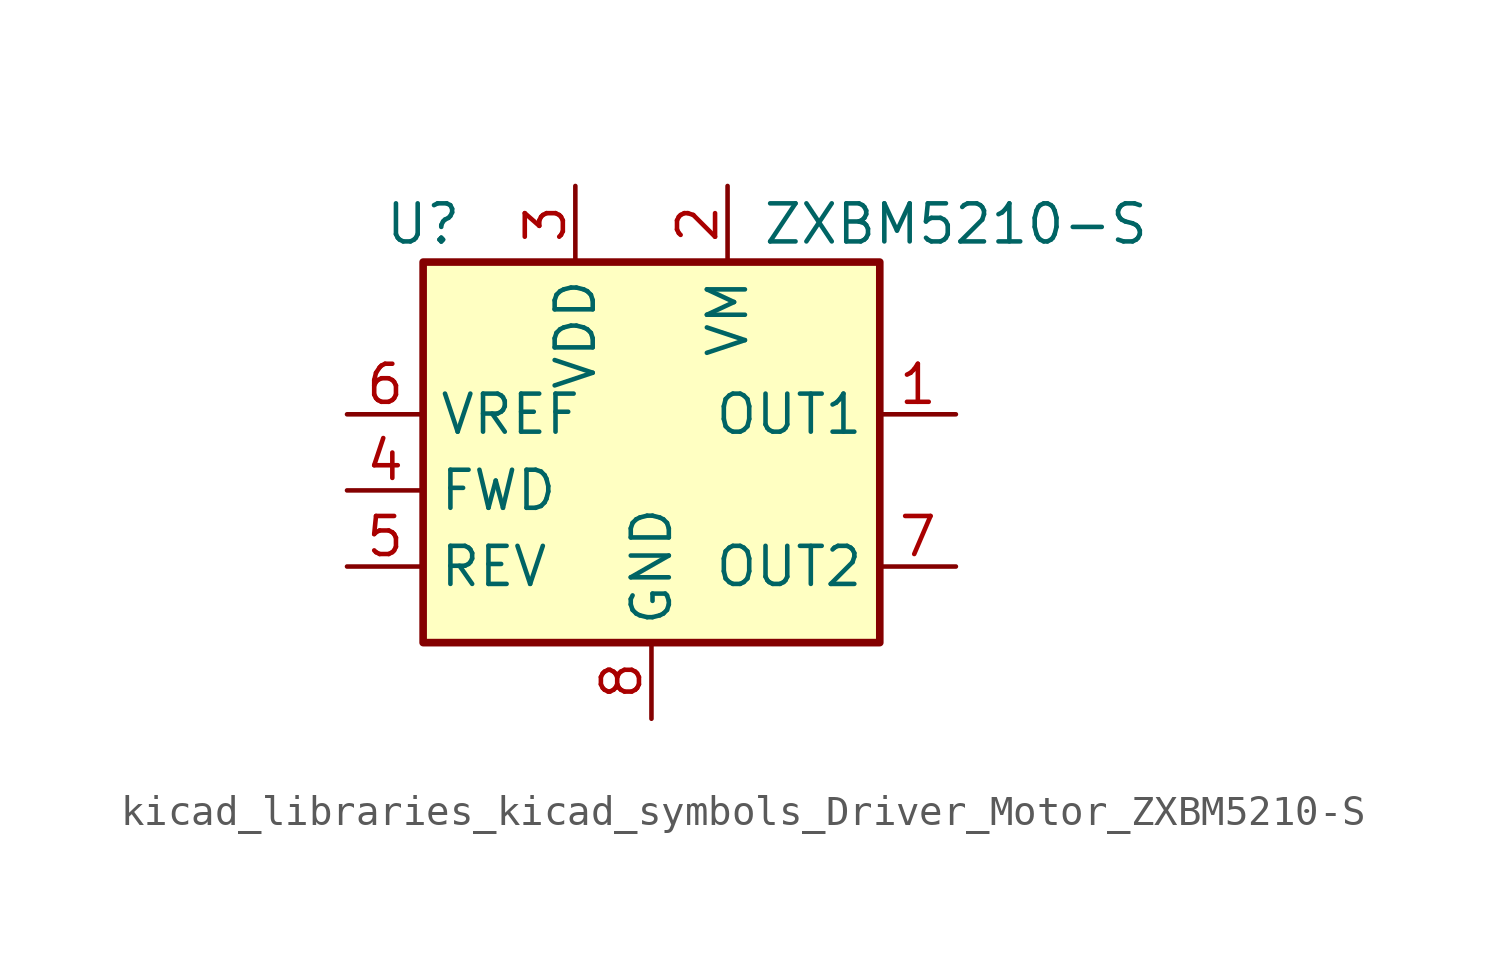
<source format=kicad_sym>
(kicad_symbol_lib
  (version 20220914)
  (generator kicad_symbol_editor)
  (symbol "kicad_libraries_kicad_symbols_Driver_Motor_ZXBM5210-S"
    (property "Reference" "U"
      (at -7.62 8.89 0)
      (effects (font (size 1.27 1.27))))
    (property "Value" "ZXBM5210-S"
      (at 10.16 8.89 0)
      (effects (font (size 1.27 1.27))))
    (symbol "kicad_libraries_kicad_symbols_Driver_Motor_ZXBM5210-S_0_0"
      (pin output line (at 10.16 2.54 180) (length 2.54) (name "OUT1" (effects (font (size 1.27 1.27)))) (number "1" (effects (font (size 1.27 1.27)))))
      (pin power_in line (at 2.54 10.16 270) (length 2.54) (name "VM" (effects (font (size 1.27 1.27)))) (number "2" (effects (font (size 1.27 1.27)))))
      (pin power_in line (at -2.54 10.16 270) (length 2.54) (name "VDD" (effects (font (size 1.27 1.27)))) (number "3" (effects (font (size 1.27 1.27)))))
      (pin input line (at -10.16 0 0) (length 2.54) (name "FWD" (effects (font (size 1.27 1.27)))) (number "4" (effects (font (size 1.27 1.27)))))
      (pin input line (at -10.16 -2.54 0) (length 2.54) (name "REV" (effects (font (size 1.27 1.27)))) (number "5" (effects (font (size 1.27 1.27)))))
      (pin input line (at -10.16 2.54 0) (length 2.54) (name "VREF" (effects (font (size 1.27 1.27)))) (number "6" (effects (font (size 1.27 1.27)))))
      (pin output line (at 10.16 -2.54 180) (length 2.54) (name "OUT2" (effects (font (size 1.27 1.27)))) (number "7" (effects (font (size 1.27 1.27)))))
      (pin power_in line (at 0 -7.62 90) (length 2.54) (name "GND" (effects (font (size 1.27 1.27)))) (number "8" (effects (font (size 1.27 1.27))))))
    (symbol "kicad_libraries_kicad_symbols_Driver_Motor_ZXBM5210-S_0_1"
      (rectangle (start -7.62 7.62) (end 7.62 -5.08) (stroke (width 0.254) (type default)) (fill (type background))))))
</source>
